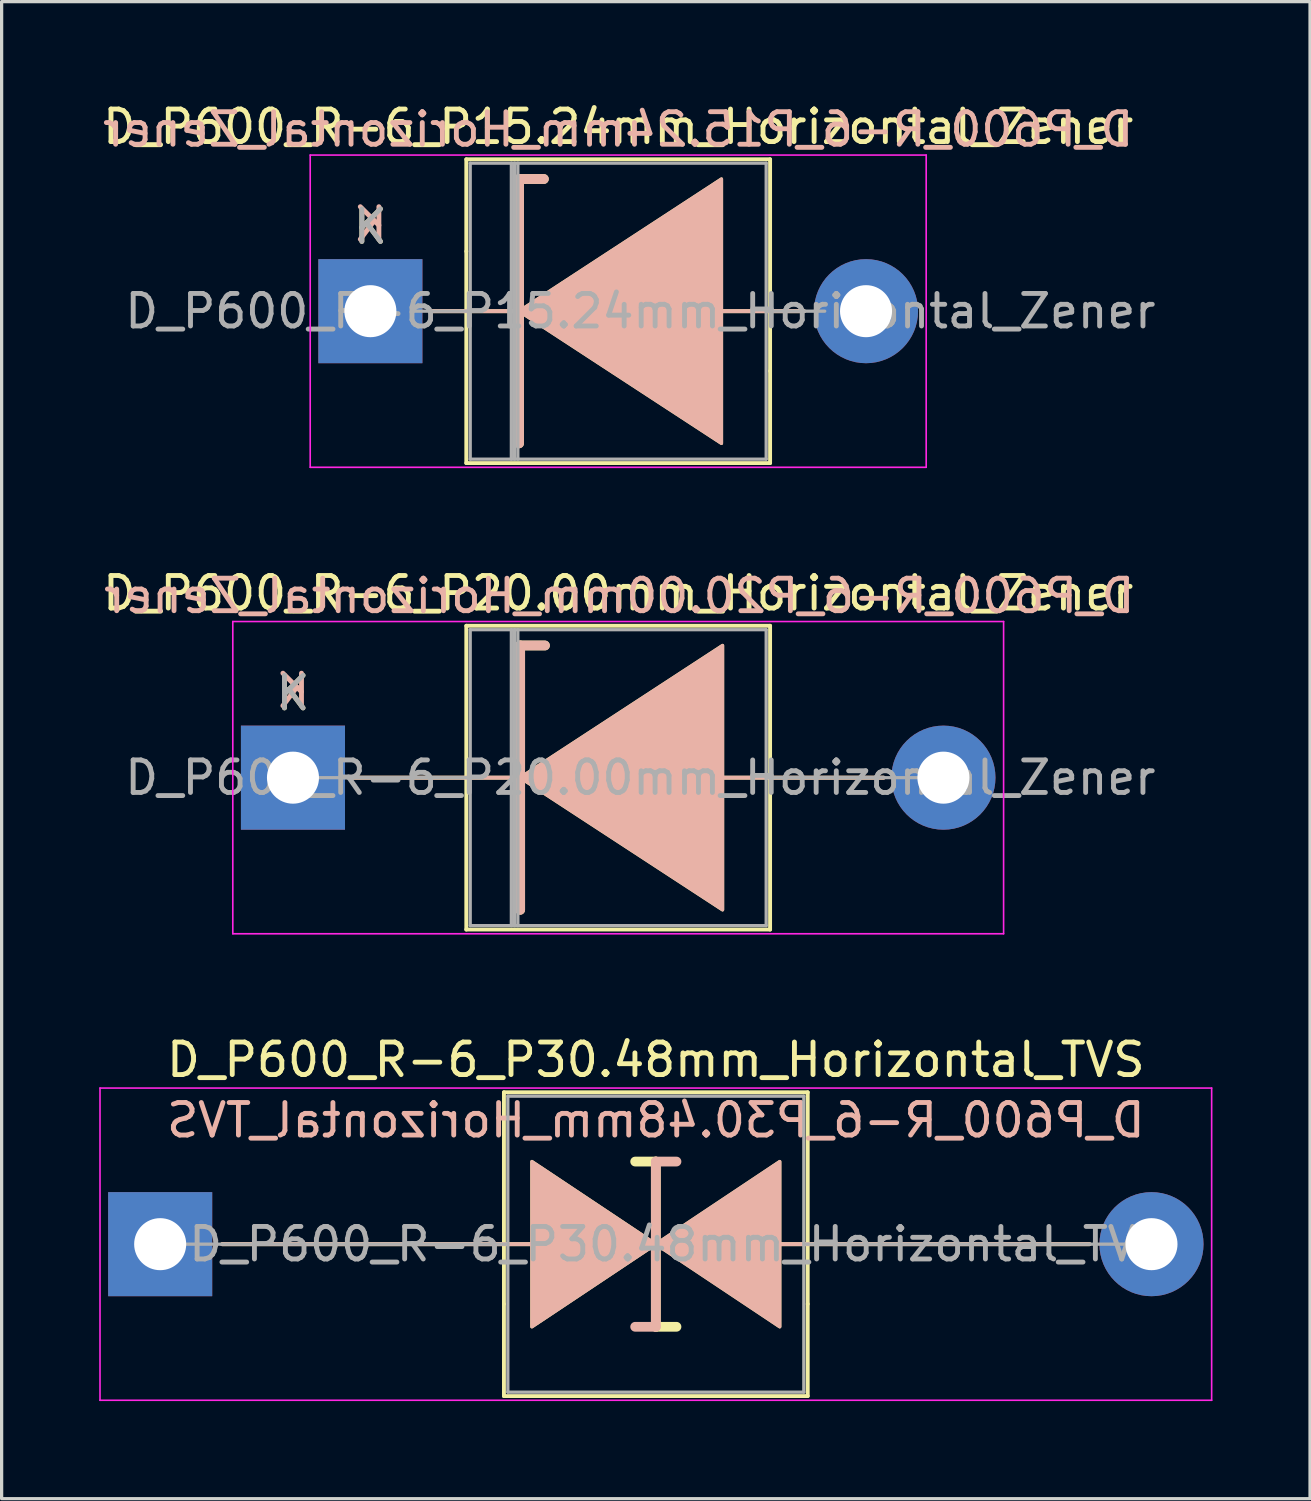
<source format=kicad_pcb>
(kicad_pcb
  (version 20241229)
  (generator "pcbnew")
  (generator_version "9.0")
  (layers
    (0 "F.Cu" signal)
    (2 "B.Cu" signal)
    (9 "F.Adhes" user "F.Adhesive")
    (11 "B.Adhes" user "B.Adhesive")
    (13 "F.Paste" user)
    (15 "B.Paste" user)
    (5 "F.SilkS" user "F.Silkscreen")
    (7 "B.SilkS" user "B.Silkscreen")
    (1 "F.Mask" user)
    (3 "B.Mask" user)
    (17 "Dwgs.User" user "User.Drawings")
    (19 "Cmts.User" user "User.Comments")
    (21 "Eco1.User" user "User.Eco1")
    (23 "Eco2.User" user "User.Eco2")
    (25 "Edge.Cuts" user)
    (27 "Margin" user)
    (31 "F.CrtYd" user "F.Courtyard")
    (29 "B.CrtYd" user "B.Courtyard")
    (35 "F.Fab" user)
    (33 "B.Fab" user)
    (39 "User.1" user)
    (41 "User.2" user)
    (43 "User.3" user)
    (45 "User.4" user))
  (footprint "D_P600_R-6_P20.00mm_Horizontal_Zener"
    (layer "F.Cu")
    (at 5.958 20.861)
    (property "Reference" "D_P600_R-6_P20.00mm_Horizontal_Zener" (at 10 -5.67 0) (layer "F.SilkS") (effects (font (size 1 1) (thickness 0.15))))
    (fp_line (start 1.84 0) (end 5.33 0) (stroke (width 0.12) (type solid)) (layer "F.SilkS"))
    (fp_line (start 5.33 -4.67) (end 5.33 4.67) (stroke (width 0.12) (type solid)) (layer "F.SilkS"))
    (fp_line (start 5.33 4.67) (end 14.67 4.67) (stroke (width 0.12) (type solid)) (layer "F.SilkS"))
    (fp_line (start 6.858 0) (end 5.33 0) (stroke (width 0.12) (type solid)) (layer "F.SilkS"))
    (fp_line (start 6.985 -4.064) (end 6.985 4.064) (stroke (width 0.3) (type solid)) (layer "F.SilkS"))
    (fp_line (start 6.985 -4.064) (end 7.747 -4.064) (stroke (width 0.3) (type solid)) (layer "F.SilkS"))
    (fp_line (start 13.081 0) (end 14.67 0) (stroke (width 0.12) (type solid)) (layer "F.SilkS"))
    (fp_line (start 14.67 -4.67) (end 5.33 -4.67) (stroke (width 0.12) (type solid)) (layer "F.SilkS"))
    (fp_line (start 14.67 4.67) (end 14.67 -4.67) (stroke (width 0.12) (type solid)) (layer "F.SilkS"))
    (fp_line (start 18.16 0) (end 14.67 0) (stroke (width 0.12) (type solid)) (layer "F.SilkS"))
    (fp_poly (pts (xy 13.208 4.064) (xy 6.985 0) (xy 13.208 -4.064)) (stroke (width 0.1) (type solid)) (fill yes) (layer "F.SilkS"))
    (fp_line (start 1.841 0) (end 5.331 0) (stroke (width 0.12) (type solid)) (layer "B.SilkS"))
    (fp_line (start 6.859 0) (end 5.331 0) (stroke (width 0.12) (type solid)) (layer "B.SilkS"))
    (fp_line (start 6.985 -4.064) (end 7.747 -4.064) (stroke (width 0.3) (type solid)) (layer "B.SilkS"))
    (fp_line (start 6.986 4.064) (end 6.986 -4.064) (stroke (width 0.3) (type solid)) (layer "B.SilkS"))
    (fp_line (start 13.082 0) (end 14.671 0) (stroke (width 0.12) (type solid)) (layer "B.SilkS"))
    (fp_line (start 18.161 0) (end 14.671 0) (stroke (width 0.12) (type solid)) (layer "B.SilkS"))
    (fp_poly (pts (xy 13.209 -4.064) (xy 6.986 0) (xy 13.209 4.064)) (stroke (width 0.1) (type solid)) (fill yes) (layer "B.SilkS"))
    (fp_line (start -1.85 -4.8) (end -1.85 4.8) (stroke (width 0.05) (type solid)) (layer "F.CrtYd"))
    (fp_line (start -1.85 4.8) (end 21.85 4.8) (stroke (width 0.05) (type solid)) (layer "F.CrtYd"))
    (fp_line (start 21.85 -4.8) (end -1.85 -4.8) (stroke (width 0.05) (type solid)) (layer "F.CrtYd"))
    (fp_line (start 21.85 4.8) (end 21.85 -4.8) (stroke (width 0.05) (type solid)) (layer "F.CrtYd"))
    (fp_line (start 0 0) (end 5.45 0) (stroke (width 0.1) (type solid)) (layer "F.Fab"))
    (fp_line (start 5.45 -4.55) (end 5.45 4.55) (stroke (width 0.1) (type solid)) (layer "F.Fab"))
    (fp_line (start 5.45 4.55) (end 14.55 4.55) (stroke (width 0.1) (type solid)) (layer "F.Fab"))
    (fp_line (start 6.715 -4.55) (end 6.715 4.55) (stroke (width 0.1) (type solid)) (layer "F.Fab"))
    (fp_line (start 6.815 -4.55) (end 6.815 4.55) (stroke (width 0.1) (type solid)) (layer "F.Fab"))
    (fp_line (start 6.915 -4.55) (end 6.915 4.55) (stroke (width 0.1) (type solid)) (layer "F.Fab"))
    (fp_line (start 14.55 -4.55) (end 5.45 -4.55) (stroke (width 0.1) (type solid)) (layer "F.Fab"))
    (fp_line (start 14.55 4.55) (end 14.55 -4.55) (stroke (width 0.1) (type solid)) (layer "F.Fab"))
    (fp_line (start 20 0) (end 14.55 0) (stroke (width 0.1) (type solid)) (layer "F.Fab"))
    (fp_text user "K" (at 0 -2.6 0) (layer "F.SilkS") (effects (font (size 1 1) (thickness 0.15))))
    (fp_text user "K" (at 0 -2.667 0) (layer "B.SilkS") (effects (font (size 1 1) (thickness 0.15)) (justify mirror)))
    (fp_text user "${REFERENCE}" (at 10.033 -5.588 0) (layer "B.SilkS") (effects (font (size 1 1) (thickness 0.15)) (justify mirror)))
    (fp_text user "K" (at 0 -2.6 0) (layer "F.Fab") (effects (font (size 1 1) (thickness 0.15))))
    (fp_text user "${REFERENCE}" (at 10.682 0 0) (layer "F.Fab") (effects (font (size 1 1) (thickness 0.15))))
    (pad "1" thru_hole rect (at 0 0) (size 3.2 3.2) (drill 1.6) (layers "*.Cu" "*.Mask"))
    (pad "2" thru_hole oval (at 20 0) (size 3.2 3.2) (drill 1.6) (layers "*.Cu" "*.Mask")))
  (footprint "D_P600_R-6_P30.48mm_Horizontal_TVS"
    (layer "F.Cu")
    (at 1.875 35.205)
    (property "Reference" "D_P600_R-6_P30.48mm_Horizontal_TVS" (at 15.24 -5.67 0) (layer "F.SilkS") (effects (font (size 1 1) (thickness 0.15))))
    (fp_line (start 1.905 0) (end 11.43 0) (stroke (width 0.12) (type solid)) (layer "F.SilkS"))
    (fp_line (start 10.57 -4.67) (end 19.91 -4.67) (stroke (width 0.12) (type solid)) (layer "F.SilkS"))
    (fp_line (start 10.57 1.84) (end 10.57 -4.67) (stroke (width 0.12) (type solid)) (layer "F.SilkS"))
    (fp_line (start 10.57 1.84) (end 10.57 4.67) (stroke (width 0.12) (type solid)) (layer "F.SilkS"))
    (fp_line (start 10.57 4.67) (end 19.91 4.67) (stroke (width 0.12) (type solid)) (layer "F.SilkS"))
    (fp_line (start 15.24 -2.54) (end 14.605 -2.54) (stroke (width 0.3) (type solid)) (layer "F.SilkS"))
    (fp_line (start 15.24 2.54) (end 15.24 -2.54) (stroke (width 0.3) (type solid)) (layer "F.SilkS"))
    (fp_line (start 15.875 2.54) (end 15.24 2.54) (stroke (width 0.3) (type solid)) (layer "F.SilkS"))
    (fp_line (start 19.91 -4.67) (end 19.91 1.84) (stroke (width 0.12) (type solid)) (layer "F.SilkS"))
    (fp_line (start 19.91 4.67) (end 19.91 1.84) (stroke (width 0.12) (type solid)) (layer "F.SilkS"))
    (fp_line (start 28.575 0) (end 19.05 0) (stroke (width 0.12) (type solid)) (layer "F.SilkS"))
    (fp_poly (pts (xy 15.24 0) (xy 11.43 2.54) (xy 11.43 -2.54)) (stroke (width 0.1) (type solid)) (fill yes) (layer "F.SilkS"))
    (fp_poly (pts (xy 15.24 0) (xy 19.05 -2.54) (xy 19.05 2.54)) (stroke (width 0.1) (type solid)) (fill yes) (layer "F.SilkS"))
    (fp_line (start 1.905 0) (end 11.43 0) (stroke (width 0.12) (type solid)) (layer "B.SilkS"))
    (fp_line (start 15.24 -2.54) (end 15.24 2.54) (stroke (width 0.3) (type solid)) (layer "B.SilkS"))
    (fp_line (start 15.24 2.54) (end 14.605 2.54) (stroke (width 0.3) (type solid)) (layer "B.SilkS"))
    (fp_line (start 15.875 -2.54) (end 15.24 -2.54) (stroke (width 0.3) (type solid)) (layer "B.SilkS"))
    (fp_line (start 28.575 0) (end 19.05 0) (stroke (width 0.12) (type solid)) (layer "B.SilkS"))
    (fp_poly (pts (xy 15.24 0) (xy 11.43 -2.54) (xy 11.43 2.54)) (stroke (width 0.1) (type solid)) (fill yes) (layer "B.SilkS"))
    (fp_poly (pts (xy 15.24 0) (xy 19.05 2.54) (xy 19.05 -2.54)) (stroke (width 0.1) (type solid)) (fill yes) (layer "B.SilkS"))
    (fp_line (start -1.85 -4.8) (end -1.85 4.8) (stroke (width 0.05) (type solid)) (layer "F.CrtYd"))
    (fp_line (start -1.85 4.8) (end 32.33 4.8) (stroke (width 0.05) (type solid)) (layer "F.CrtYd"))
    (fp_line (start 32.33 -4.8) (end -1.85 -4.8) (stroke (width 0.05) (type solid)) (layer "F.CrtYd"))
    (fp_line (start 32.33 4.8) (end 32.33 -4.8) (stroke (width 0.05) (type solid)) (layer "F.CrtYd"))
    (fp_line (start 0 0) (end 10.69 0) (stroke (width 0.1) (type solid)) (layer "F.Fab"))
    (fp_line (start 10.69 -4.55) (end 10.69 4.55) (stroke (width 0.1) (type solid)) (layer "F.Fab"))
    (fp_line (start 10.69 4.55) (end 19.79 4.55) (stroke (width 0.1) (type solid)) (layer "F.Fab"))
    (fp_line (start 19.79 -4.55) (end 10.69 -4.55) (stroke (width 0.1) (type solid)) (layer "F.Fab"))
    (fp_line (start 19.79 4.55) (end 19.79 -4.55) (stroke (width 0.1) (type solid)) (layer "F.Fab"))
    (fp_line (start 30.48 0) (end 19.79 0) (stroke (width 0.1) (type solid)) (layer "F.Fab"))
    (fp_text user "${REFERENCE}" (at 15.24 -3.81 0) (layer "B.SilkS") (effects (font (size 1 1) (thickness 0.15)) (justify mirror)))
    (fp_text user "${REFERENCE}" (at 15.922 0 0) (layer "F.Fab") (effects (font (size 1 1) (thickness 0.15))))
    (pad "1" thru_hole rect (at 0 0) (size 3.2 3.2) (drill 1.6) (layers "*.Cu" "*.Mask"))
    (pad "2" thru_hole oval (at 30.48 0) (size 3.2 3.2) (drill 1.6) (layers "*.Cu" "*.Mask")))
  (footprint "D_P600_R-6_P15.24mm_Horizontal_Zener"
    (layer "F.Cu")
    (at 8.338 6.518)
    (property "Reference" "D_P600_R-6_P15.24mm_Horizontal_Zener" (at 7.62 -5.67 0) (layer "F.SilkS") (effects (font (size 1 1) (thickness 0.15))))
    (fp_line (start 2.95 -4.67) (end 12.29 -4.67) (stroke (width 0.12) (type solid)) (layer "F.SilkS"))
    (fp_line (start 2.95 -1.84) (end 2.95 -4.67) (stroke (width 0.12) (type solid)) (layer "F.SilkS"))
    (fp_line (start 2.95 -1.84) (end 2.95 4.67) (stroke (width 0.12) (type solid)) (layer "F.SilkS"))
    (fp_line (start 2.95 4.67) (end 12.29 4.67) (stroke (width 0.12) (type solid)) (layer "F.SilkS"))
    (fp_line (start 4.445 0) (end 1.905 0) (stroke (width 0.12) (type solid)) (layer "F.SilkS"))
    (fp_line (start 4.572 -4.064) (end 4.572 4.064) (stroke (width 0.3) (type solid)) (layer "F.SilkS"))
    (fp_line (start 4.572 -4.064) (end 5.334 -4.064) (stroke (width 0.3) (type solid)) (layer "F.SilkS"))
    (fp_line (start 10.668 0) (end 13.335 0) (stroke (width 0.12) (type solid)) (layer "F.SilkS"))
    (fp_line (start 12.29 -4.67) (end 12.29 1.84) (stroke (width 0.12) (type solid)) (layer "F.SilkS"))
    (fp_line (start 12.29 4.67) (end 12.29 1.84) (stroke (width 0.12) (type solid)) (layer "F.SilkS"))
    (fp_poly (pts (xy 10.795 4.064) (xy 4.572 0) (xy 10.795 -4.064)) (stroke (width 0.1) (type solid)) (fill yes) (layer "F.SilkS"))
    (fp_line (start 4.445 0) (end 1.905 0) (stroke (width 0.12) (type solid)) (layer "B.SilkS"))
    (fp_line (start 4.572 -4.064) (end 5.334 -4.064) (stroke (width 0.3) (type solid)) (layer "B.SilkS"))
    (fp_line (start 4.572 4.064) (end 4.572 -4.064) (stroke (width 0.3) (type solid)) (layer "B.SilkS"))
    (fp_line (start 10.668 0) (end 13.335 0) (stroke (width 0.12) (type solid)) (layer "B.SilkS"))
    (fp_poly (pts (xy 10.795 -4.064) (xy 4.572 0) (xy 10.795 4.064)) (stroke (width 0.1) (type solid)) (fill yes) (layer "B.SilkS"))
    (fp_line (start -1.85 -4.8) (end -1.85 4.8) (stroke (width 0.05) (type solid)) (layer "F.CrtYd"))
    (fp_line (start -1.85 4.8) (end 17.09 4.8) (stroke (width 0.05) (type solid)) (layer "F.CrtYd"))
    (fp_line (start 17.09 -4.8) (end -1.85 -4.8) (stroke (width 0.05) (type solid)) (layer "F.CrtYd"))
    (fp_line (start 17.09 4.8) (end 17.09 -4.8) (stroke (width 0.05) (type solid)) (layer "F.CrtYd"))
    (fp_line (start 1.27 0) (end 3.07 0) (stroke (width 0.1) (type solid)) (layer "F.Fab"))
    (fp_line (start 3.07 -4.55) (end 3.07 4.55) (stroke (width 0.1) (type solid)) (layer "F.Fab"))
    (fp_line (start 3.07 4.55) (end 12.17 4.55) (stroke (width 0.1) (type solid)) (layer "F.Fab"))
    (fp_line (start 4.335 -4.55) (end 4.335 4.55) (stroke (width 0.1) (type solid)) (layer "F.Fab"))
    (fp_line (start 4.435 -4.55) (end 4.435 4.55) (stroke (width 0.1) (type solid)) (layer "F.Fab"))
    (fp_line (start 4.535 -4.55) (end 4.535 4.55) (stroke (width 0.1) (type solid)) (layer "F.Fab"))
    (fp_line (start 12.17 -4.55) (end 3.07 -4.55) (stroke (width 0.1) (type solid)) (layer "F.Fab"))
    (fp_line (start 12.17 4.55) (end 12.17 -4.55) (stroke (width 0.1) (type solid)) (layer "F.Fab"))
    (fp_line (start 13.97 0) (end 12.17 0) (stroke (width 0.1) (type solid)) (layer "F.Fab"))
    (fp_text user "K" (at 0 -2.6 0) (layer "F.SilkS") (effects (font (size 1 1) (thickness 0.15))))
    (fp_text user "K" (at 0 -2.667 0) (layer "B.SilkS") (effects (font (size 1 1) (thickness 0.15)) (justify mirror)))
    (fp_text user "${REFERENCE}" (at 7.62 -5.588 0) (layer "B.SilkS") (effects (font (size 1 1) (thickness 0.15)) (justify mirror)))
    (fp_text user "${REFERENCE}" (at 8.303 0 0) (layer "F.Fab") (effects (font (size 1 1) (thickness 0.15))))
    (fp_text user "K" (at 0 -2.6 0) (layer "F.Fab") (effects (font (size 1 1) (thickness 0.15))))
    (pad "1" thru_hole rect (at 0 0) (size 3.2 3.2) (drill 1.6) (layers "*.Cu" "*.Mask"))
    (pad "2" thru_hole oval (at 15.24 0) (size 3.2 3.2) (drill 1.6) (layers "*.Cu" "*.Mask")))
  (gr_rect
    (start -3 -3)
    (end 37.23 43.03)
    (stroke (width 0.1) (type default))
    (fill no)
    (layer "Edge.Cuts")))
</source>
